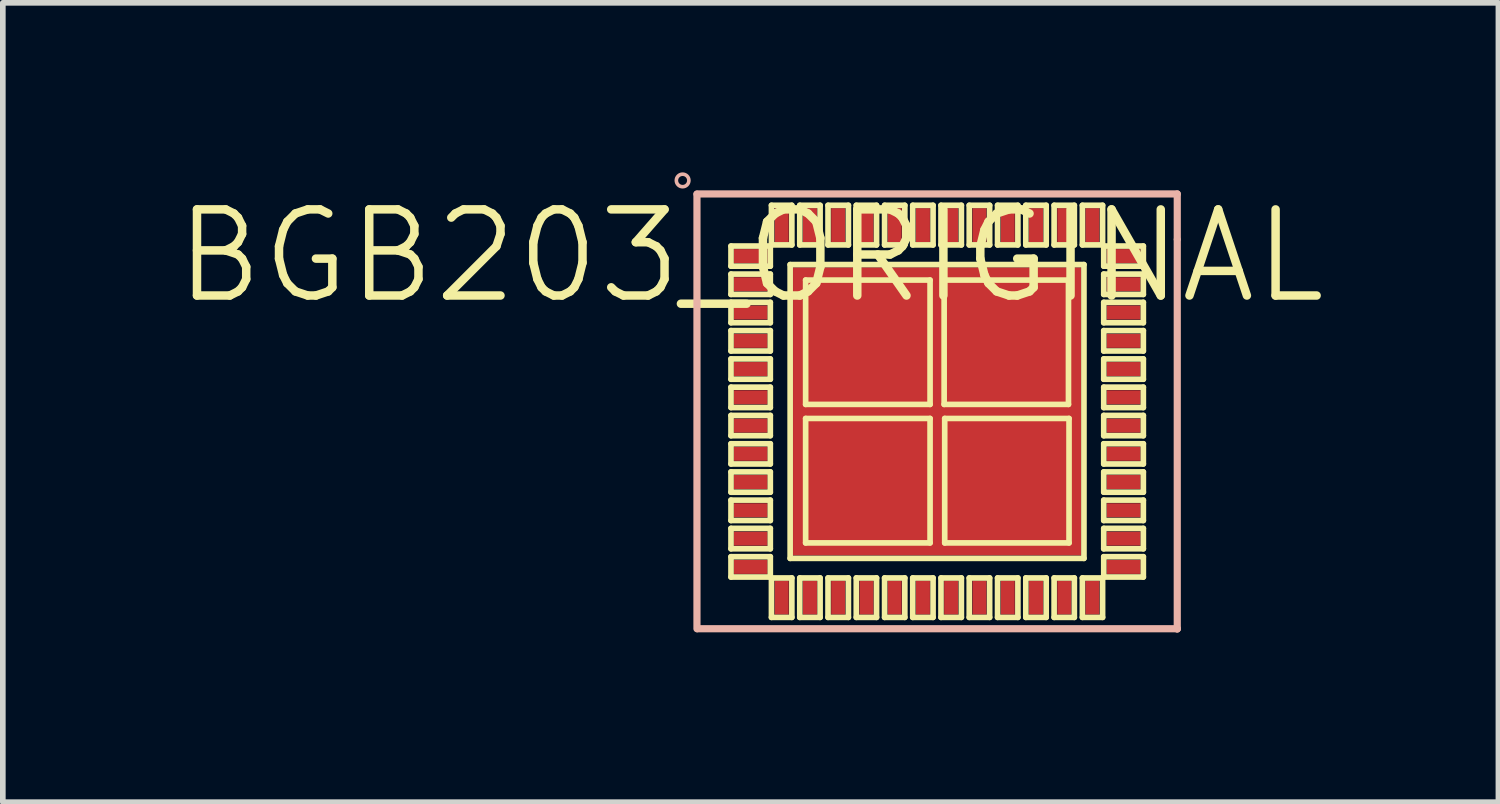
<source format=kicad_pcb>
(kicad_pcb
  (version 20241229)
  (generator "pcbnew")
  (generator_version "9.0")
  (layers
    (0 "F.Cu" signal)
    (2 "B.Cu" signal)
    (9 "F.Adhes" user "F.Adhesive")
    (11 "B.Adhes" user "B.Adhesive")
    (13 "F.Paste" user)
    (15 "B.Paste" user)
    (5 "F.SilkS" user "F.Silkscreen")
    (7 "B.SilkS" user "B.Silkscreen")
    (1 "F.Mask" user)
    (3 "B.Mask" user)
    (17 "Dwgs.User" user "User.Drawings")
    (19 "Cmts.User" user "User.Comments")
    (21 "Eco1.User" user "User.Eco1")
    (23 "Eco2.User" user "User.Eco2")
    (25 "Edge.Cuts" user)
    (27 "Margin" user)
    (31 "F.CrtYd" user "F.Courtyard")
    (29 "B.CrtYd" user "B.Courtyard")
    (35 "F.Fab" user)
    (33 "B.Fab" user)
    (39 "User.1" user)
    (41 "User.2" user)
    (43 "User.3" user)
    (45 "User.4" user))
  (footprint "BGB203_ORIGINAL"
    (layer "F.Cu")
    (at 10.233 1.482)
    (property "Reference" "BGB203_ORIGINAL" (at 0 0 0) (layer "F.SilkS") (effects (font (size 1.524 1.524) (thickness 0.15))))
    (attr smd)
    (fp_line (start -0.348 -0.178) (end -0.348 0.178) (stroke (width 0.1) (type solid)) (layer "F.SilkS"))
    (fp_line (start -0.348 0.178) (end 0.348 0.178) (stroke (width 0.1) (type solid)) (layer "F.SilkS"))
    (fp_line (start -0.348 0.318) (end -0.348 0.678) (stroke (width 0.1) (type solid)) (layer "F.SilkS"))
    (fp_line (start -0.348 0.678) (end 0.348 0.678) (stroke (width 0.1) (type solid)) (layer "F.SilkS"))
    (fp_line (start -0.348 0.818) (end -0.348 1.179) (stroke (width 0.1) (type solid)) (layer "F.SilkS"))
    (fp_line (start -0.348 1.179) (end 0.348 1.179) (stroke (width 0.1) (type solid)) (layer "F.SilkS"))
    (fp_line (start -0.348 1.318) (end -0.348 1.679) (stroke (width 0.1) (type solid)) (layer "F.SilkS"))
    (fp_line (start -0.348 1.679) (end 0.348 1.679) (stroke (width 0.1) (type solid)) (layer "F.SilkS"))
    (fp_line (start -0.348 1.819) (end -0.348 2.179) (stroke (width 0.1) (type solid)) (layer "F.SilkS"))
    (fp_line (start -0.348 2.179) (end 0.348 2.179) (stroke (width 0.1) (type solid)) (layer "F.SilkS"))
    (fp_line (start -0.348 2.319) (end -0.348 2.68) (stroke (width 0.1) (type solid)) (layer "F.SilkS"))
    (fp_line (start -0.348 2.68) (end 0.348 2.68) (stroke (width 0.1) (type solid)) (layer "F.SilkS"))
    (fp_line (start -0.348 2.819) (end -0.348 3.178) (stroke (width 0.1) (type solid)) (layer "F.SilkS"))
    (fp_line (start -0.348 3.178) (end 0.348 3.178) (stroke (width 0.1) (type solid)) (layer "F.SilkS"))
    (fp_line (start -0.348 3.32) (end -0.348 3.678) (stroke (width 0.1) (type solid)) (layer "F.SilkS"))
    (fp_line (start -0.348 3.678) (end 0.348 3.678) (stroke (width 0.1) (type solid)) (layer "F.SilkS"))
    (fp_line (start -0.348 3.818) (end -0.348 4.178) (stroke (width 0.1) (type solid)) (layer "F.SilkS"))
    (fp_line (start -0.348 4.178) (end 0.348 4.178) (stroke (width 0.1) (type solid)) (layer "F.SilkS"))
    (fp_line (start -0.348 4.318) (end -0.348 4.679) (stroke (width 0.1) (type solid)) (layer "F.SilkS"))
    (fp_line (start -0.348 4.679) (end 0.348 4.679) (stroke (width 0.1) (type solid)) (layer "F.SilkS"))
    (fp_line (start -0.348 4.818) (end -0.348 5.179) (stroke (width 0.1) (type solid)) (layer "F.SilkS"))
    (fp_line (start -0.348 5.179) (end 0.348 5.179) (stroke (width 0.1) (type solid)) (layer "F.SilkS"))
    (fp_line (start -0.348 5.319) (end -0.348 5.679) (stroke (width 0.1) (type solid)) (layer "F.SilkS"))
    (fp_line (start -0.348 5.679) (end 0.348 5.679) (stroke (width 0.1) (type solid)) (layer "F.SilkS"))
    (fp_line (start 0.348 -0.178) (end -0.348 -0.178) (stroke (width 0.1) (type solid)) (layer "F.SilkS"))
    (fp_line (start 0.348 0.178) (end 0.348 -0.178) (stroke (width 0.1) (type solid)) (layer "F.SilkS"))
    (fp_line (start 0.348 0.318) (end -0.348 0.318) (stroke (width 0.1) (type solid)) (layer "F.SilkS"))
    (fp_line (start 0.348 0.678) (end 0.348 0.318) (stroke (width 0.1) (type solid)) (layer "F.SilkS"))
    (fp_line (start 0.348 0.818) (end -0.348 0.818) (stroke (width 0.1) (type solid)) (layer "F.SilkS"))
    (fp_line (start 0.348 1.179) (end 0.348 0.818) (stroke (width 0.1) (type solid)) (layer "F.SilkS"))
    (fp_line (start 0.348 1.318) (end -0.348 1.318) (stroke (width 0.1) (type solid)) (layer "F.SilkS"))
    (fp_line (start 0.348 1.679) (end 0.348 1.318) (stroke (width 0.1) (type solid)) (layer "F.SilkS"))
    (fp_line (start 0.348 1.819) (end -0.348 1.819) (stroke (width 0.1) (type solid)) (layer "F.SilkS"))
    (fp_line (start 0.348 2.179) (end 0.348 1.819) (stroke (width 0.1) (type solid)) (layer "F.SilkS"))
    (fp_line (start 0.348 2.319) (end -0.348 2.319) (stroke (width 0.1) (type solid)) (layer "F.SilkS"))
    (fp_line (start 0.348 2.68) (end 0.348 2.319) (stroke (width 0.1) (type solid)) (layer "F.SilkS"))
    (fp_line (start 0.348 2.819) (end -0.348 2.819) (stroke (width 0.1) (type solid)) (layer "F.SilkS"))
    (fp_line (start 0.348 3.178) (end 0.348 2.819) (stroke (width 0.1) (type solid)) (layer "F.SilkS"))
    (fp_line (start 0.348 3.32) (end -0.348 3.32) (stroke (width 0.1) (type solid)) (layer "F.SilkS"))
    (fp_line (start 0.348 3.678) (end 0.348 3.32) (stroke (width 0.1) (type solid)) (layer "F.SilkS"))
    (fp_line (start 0.348 3.818) (end -0.348 3.818) (stroke (width 0.1) (type solid)) (layer "F.SilkS"))
    (fp_line (start 0.348 4.178) (end 0.348 3.818) (stroke (width 0.1) (type solid)) (layer "F.SilkS"))
    (fp_line (start 0.348 4.318) (end -0.348 4.318) (stroke (width 0.1) (type solid)) (layer "F.SilkS"))
    (fp_line (start 0.348 4.679) (end 0.348 4.318) (stroke (width 0.1) (type solid)) (layer "F.SilkS"))
    (fp_line (start 0.348 4.818) (end -0.348 4.818) (stroke (width 0.1) (type solid)) (layer "F.SilkS"))
    (fp_line (start 0.348 5.179) (end 0.348 4.818) (stroke (width 0.1) (type solid)) (layer "F.SilkS"))
    (fp_line (start 0.348 5.319) (end -0.348 5.319) (stroke (width 0.1) (type solid)) (layer "F.SilkS"))
    (fp_line (start 0.348 5.679) (end 0.348 5.319) (stroke (width 0.1) (type solid)) (layer "F.SilkS"))
    (fp_line (start 0.368 -0.899) (end 0.368 -0.198) (stroke (width 0.1) (type solid)) (layer "F.SilkS"))
    (fp_line (start 0.368 -0.198) (end 0.729 -0.198) (stroke (width 0.1) (type solid)) (layer "F.SilkS"))
    (fp_line (start 0.368 5.695) (end 0.368 6.393) (stroke (width 0.1) (type solid)) (layer "F.SilkS"))
    (fp_line (start 0.368 6.393) (end 0.729 6.393) (stroke (width 0.1) (type solid)) (layer "F.SilkS"))
    (fp_line (start 0.699 0.15) (end 0.699 5.349) (stroke (width 0.1) (type solid)) (layer "F.SilkS"))
    (fp_line (start 0.699 5.349) (end 5.898 5.349) (stroke (width 0.1) (type solid)) (layer "F.SilkS"))
    (fp_line (start 0.729 -0.899) (end 0.368 -0.899) (stroke (width 0.1) (type solid)) (layer "F.SilkS"))
    (fp_line (start 0.729 -0.198) (end 0.729 -0.899) (stroke (width 0.1) (type solid)) (layer "F.SilkS"))
    (fp_line (start 0.729 5.695) (end 0.368 5.695) (stroke (width 0.1) (type solid)) (layer "F.SilkS"))
    (fp_line (start 0.729 6.393) (end 0.729 5.695) (stroke (width 0.1) (type solid)) (layer "F.SilkS"))
    (fp_line (start 0.869 -0.899) (end 0.869 -0.198) (stroke (width 0.1) (type solid)) (layer "F.SilkS"))
    (fp_line (start 0.869 -0.198) (end 1.229 -0.198) (stroke (width 0.1) (type solid)) (layer "F.SilkS"))
    (fp_line (start 0.869 5.695) (end 0.869 6.393) (stroke (width 0.1) (type solid)) (layer "F.SilkS"))
    (fp_line (start 0.869 6.393) (end 1.229 6.393) (stroke (width 0.1) (type solid)) (layer "F.SilkS"))
    (fp_line (start 0.973 0.424) (end 0.973 2.624) (stroke (width 0.1) (type solid)) (layer "F.SilkS"))
    (fp_line (start 0.973 2.624) (end 3.175 2.624) (stroke (width 0.1) (type solid)) (layer "F.SilkS"))
    (fp_line (start 0.973 2.873) (end 0.973 5.075) (stroke (width 0.1) (type solid)) (layer "F.SilkS"))
    (fp_line (start 0.973 5.075) (end 3.175 5.075) (stroke (width 0.1) (type solid)) (layer "F.SilkS"))
    (fp_line (start 1.229 -0.899) (end 0.869 -0.899) (stroke (width 0.1) (type solid)) (layer "F.SilkS"))
    (fp_line (start 1.229 -0.198) (end 1.229 -0.899) (stroke (width 0.1) (type solid)) (layer "F.SilkS"))
    (fp_line (start 1.229 5.695) (end 0.869 5.695) (stroke (width 0.1) (type solid)) (layer "F.SilkS"))
    (fp_line (start 1.229 6.393) (end 1.229 5.695) (stroke (width 0.1) (type solid)) (layer "F.SilkS"))
    (fp_line (start 1.369 -0.899) (end 1.369 -0.198) (stroke (width 0.1) (type solid)) (layer "F.SilkS"))
    (fp_line (start 1.369 -0.198) (end 1.73 -0.198) (stroke (width 0.1) (type solid)) (layer "F.SilkS"))
    (fp_line (start 1.369 5.695) (end 1.369 6.393) (stroke (width 0.1) (type solid)) (layer "F.SilkS"))
    (fp_line (start 1.369 6.393) (end 1.73 6.393) (stroke (width 0.1) (type solid)) (layer "F.SilkS"))
    (fp_line (start 1.73 -0.899) (end 1.369 -0.899) (stroke (width 0.1) (type solid)) (layer "F.SilkS"))
    (fp_line (start 1.73 -0.198) (end 1.73 -0.899) (stroke (width 0.1) (type solid)) (layer "F.SilkS"))
    (fp_line (start 1.73 5.695) (end 1.369 5.695) (stroke (width 0.1) (type solid)) (layer "F.SilkS"))
    (fp_line (start 1.73 6.393) (end 1.73 5.695) (stroke (width 0.1) (type solid)) (layer "F.SilkS"))
    (fp_line (start 1.869 -0.899) (end 1.869 -0.198) (stroke (width 0.1) (type solid)) (layer "F.SilkS"))
    (fp_line (start 1.869 -0.198) (end 2.228 -0.198) (stroke (width 0.1) (type solid)) (layer "F.SilkS"))
    (fp_line (start 1.869 5.695) (end 1.869 6.393) (stroke (width 0.1) (type solid)) (layer "F.SilkS"))
    (fp_line (start 1.869 6.393) (end 2.228 6.393) (stroke (width 0.1) (type solid)) (layer "F.SilkS"))
    (fp_line (start 2.228 -0.899) (end 1.869 -0.899) (stroke (width 0.1) (type solid)) (layer "F.SilkS"))
    (fp_line (start 2.228 -0.198) (end 2.228 -0.899) (stroke (width 0.1) (type solid)) (layer "F.SilkS"))
    (fp_line (start 2.228 5.695) (end 1.869 5.695) (stroke (width 0.1) (type solid)) (layer "F.SilkS"))
    (fp_line (start 2.228 6.393) (end 2.228 5.695) (stroke (width 0.1) (type solid)) (layer "F.SilkS"))
    (fp_line (start 2.37 -0.899) (end 2.37 -0.198) (stroke (width 0.1) (type solid)) (layer "F.SilkS"))
    (fp_line (start 2.37 -0.198) (end 2.728 -0.198) (stroke (width 0.1) (type solid)) (layer "F.SilkS"))
    (fp_line (start 2.37 5.695) (end 2.37 6.393) (stroke (width 0.1) (type solid)) (layer "F.SilkS"))
    (fp_line (start 2.37 6.393) (end 2.728 6.393) (stroke (width 0.1) (type solid)) (layer "F.SilkS"))
    (fp_line (start 2.728 -0.899) (end 2.37 -0.899) (stroke (width 0.1) (type solid)) (layer "F.SilkS"))
    (fp_line (start 2.728 -0.198) (end 2.728 -0.899) (stroke (width 0.1) (type solid)) (layer "F.SilkS"))
    (fp_line (start 2.728 5.695) (end 2.37 5.695) (stroke (width 0.1) (type solid)) (layer "F.SilkS"))
    (fp_line (start 2.728 6.393) (end 2.728 5.695) (stroke (width 0.1) (type solid)) (layer "F.SilkS"))
    (fp_line (start 2.868 -0.899) (end 2.868 -0.198) (stroke (width 0.1) (type solid)) (layer "F.SilkS"))
    (fp_line (start 2.868 -0.198) (end 3.228 -0.198) (stroke (width 0.1) (type solid)) (layer "F.SilkS"))
    (fp_line (start 2.868 5.695) (end 2.868 6.393) (stroke (width 0.1) (type solid)) (layer "F.SilkS"))
    (fp_line (start 2.868 6.393) (end 3.228 6.393) (stroke (width 0.1) (type solid)) (layer "F.SilkS"))
    (fp_line (start 3.175 0.424) (end 0.973 0.424) (stroke (width 0.1) (type solid)) (layer "F.SilkS"))
    (fp_line (start 3.175 2.624) (end 3.175 0.424) (stroke (width 0.1) (type solid)) (layer "F.SilkS"))
    (fp_line (start 3.175 2.873) (end 0.973 2.873) (stroke (width 0.1) (type solid)) (layer "F.SilkS"))
    (fp_line (start 3.175 5.075) (end 3.175 2.873) (stroke (width 0.1) (type solid)) (layer "F.SilkS"))
    (fp_line (start 3.228 -0.899) (end 2.868 -0.899) (stroke (width 0.1) (type solid)) (layer "F.SilkS"))
    (fp_line (start 3.228 -0.198) (end 3.228 -0.899) (stroke (width 0.1) (type solid)) (layer "F.SilkS"))
    (fp_line (start 3.228 5.695) (end 2.868 5.695) (stroke (width 0.1) (type solid)) (layer "F.SilkS"))
    (fp_line (start 3.228 6.393) (end 3.228 5.695) (stroke (width 0.1) (type solid)) (layer "F.SilkS"))
    (fp_line (start 3.368 -0.899) (end 3.368 -0.198) (stroke (width 0.1) (type solid)) (layer "F.SilkS"))
    (fp_line (start 3.368 -0.198) (end 3.729 -0.198) (stroke (width 0.1) (type solid)) (layer "F.SilkS"))
    (fp_line (start 3.368 5.695) (end 3.368 6.393) (stroke (width 0.1) (type solid)) (layer "F.SilkS"))
    (fp_line (start 3.368 6.393) (end 3.729 6.393) (stroke (width 0.1) (type solid)) (layer "F.SilkS"))
    (fp_line (start 3.424 0.424) (end 3.424 2.624) (stroke (width 0.1) (type solid)) (layer "F.SilkS"))
    (fp_line (start 3.424 2.624) (end 5.624 2.624) (stroke (width 0.1) (type solid)) (layer "F.SilkS"))
    (fp_line (start 3.434 2.873) (end 3.434 5.075) (stroke (width 0.1) (type solid)) (layer "F.SilkS"))
    (fp_line (start 3.434 5.075) (end 5.634 5.075) (stroke (width 0.1) (type solid)) (layer "F.SilkS"))
    (fp_line (start 3.729 -0.899) (end 3.368 -0.899) (stroke (width 0.1) (type solid)) (layer "F.SilkS"))
    (fp_line (start 3.729 -0.198) (end 3.729 -0.899) (stroke (width 0.1) (type solid)) (layer "F.SilkS"))
    (fp_line (start 3.729 5.695) (end 3.368 5.695) (stroke (width 0.1) (type solid)) (layer "F.SilkS"))
    (fp_line (start 3.729 6.393) (end 3.729 5.695) (stroke (width 0.1) (type solid)) (layer "F.SilkS"))
    (fp_line (start 3.868 -0.899) (end 3.868 -0.198) (stroke (width 0.1) (type solid)) (layer "F.SilkS"))
    (fp_line (start 3.868 -0.198) (end 4.229 -0.198) (stroke (width 0.1) (type solid)) (layer "F.SilkS"))
    (fp_line (start 3.868 5.695) (end 3.868 6.393) (stroke (width 0.1) (type solid)) (layer "F.SilkS"))
    (fp_line (start 3.868 6.393) (end 4.229 6.393) (stroke (width 0.1) (type solid)) (layer "F.SilkS"))
    (fp_line (start 4.229 -0.899) (end 3.868 -0.899) (stroke (width 0.1) (type solid)) (layer "F.SilkS"))
    (fp_line (start 4.229 -0.198) (end 4.229 -0.899) (stroke (width 0.1) (type solid)) (layer "F.SilkS"))
    (fp_line (start 4.229 5.695) (end 3.868 5.695) (stroke (width 0.1) (type solid)) (layer "F.SilkS"))
    (fp_line (start 4.229 6.393) (end 4.229 5.695) (stroke (width 0.1) (type solid)) (layer "F.SilkS"))
    (fp_line (start 4.369 -0.899) (end 4.369 -0.198) (stroke (width 0.1) (type solid)) (layer "F.SilkS"))
    (fp_line (start 4.369 -0.198) (end 4.729 -0.198) (stroke (width 0.1) (type solid)) (layer "F.SilkS"))
    (fp_line (start 4.369 5.695) (end 4.369 6.393) (stroke (width 0.1) (type solid)) (layer "F.SilkS"))
    (fp_line (start 4.369 6.393) (end 4.729 6.393) (stroke (width 0.1) (type solid)) (layer "F.SilkS"))
    (fp_line (start 4.729 -0.899) (end 4.369 -0.899) (stroke (width 0.1) (type solid)) (layer "F.SilkS"))
    (fp_line (start 4.729 -0.198) (end 4.729 -0.899) (stroke (width 0.1) (type solid)) (layer "F.SilkS"))
    (fp_line (start 4.729 5.695) (end 4.369 5.695) (stroke (width 0.1) (type solid)) (layer "F.SilkS"))
    (fp_line (start 4.729 6.393) (end 4.729 5.695) (stroke (width 0.1) (type solid)) (layer "F.SilkS"))
    (fp_line (start 4.869 -0.899) (end 4.869 -0.198) (stroke (width 0.1) (type solid)) (layer "F.SilkS"))
    (fp_line (start 4.869 -0.198) (end 5.23 -0.198) (stroke (width 0.1) (type solid)) (layer "F.SilkS"))
    (fp_line (start 4.869 5.695) (end 4.869 6.393) (stroke (width 0.1) (type solid)) (layer "F.SilkS"))
    (fp_line (start 4.869 6.393) (end 5.23 6.393) (stroke (width 0.1) (type solid)) (layer "F.SilkS"))
    (fp_line (start 5.23 -0.899) (end 4.869 -0.899) (stroke (width 0.1) (type solid)) (layer "F.SilkS"))
    (fp_line (start 5.23 -0.198) (end 5.23 -0.899) (stroke (width 0.1) (type solid)) (layer "F.SilkS"))
    (fp_line (start 5.23 5.695) (end 4.869 5.695) (stroke (width 0.1) (type solid)) (layer "F.SilkS"))
    (fp_line (start 5.23 6.393) (end 5.23 5.695) (stroke (width 0.1) (type solid)) (layer "F.SilkS"))
    (fp_line (start 5.37 -0.899) (end 5.37 -0.198) (stroke (width 0.1) (type solid)) (layer "F.SilkS"))
    (fp_line (start 5.37 -0.198) (end 5.728 -0.198) (stroke (width 0.1) (type solid)) (layer "F.SilkS"))
    (fp_line (start 5.37 5.695) (end 5.37 6.393) (stroke (width 0.1) (type solid)) (layer "F.SilkS"))
    (fp_line (start 5.37 6.393) (end 5.728 6.393) (stroke (width 0.1) (type solid)) (layer "F.SilkS"))
    (fp_line (start 5.624 0.424) (end 3.424 0.424) (stroke (width 0.1) (type solid)) (layer "F.SilkS"))
    (fp_line (start 5.624 2.624) (end 5.624 0.424) (stroke (width 0.1) (type solid)) (layer "F.SilkS"))
    (fp_line (start 5.634 2.873) (end 3.434 2.873) (stroke (width 0.1) (type solid)) (layer "F.SilkS"))
    (fp_line (start 5.634 5.075) (end 5.634 2.873) (stroke (width 0.1) (type solid)) (layer "F.SilkS"))
    (fp_line (start 5.728 -0.899) (end 5.37 -0.899) (stroke (width 0.1) (type solid)) (layer "F.SilkS"))
    (fp_line (start 5.728 -0.198) (end 5.728 -0.899) (stroke (width 0.1) (type solid)) (layer "F.SilkS"))
    (fp_line (start 5.728 5.695) (end 5.37 5.695) (stroke (width 0.1) (type solid)) (layer "F.SilkS"))
    (fp_line (start 5.728 6.393) (end 5.728 5.695) (stroke (width 0.1) (type solid)) (layer "F.SilkS"))
    (fp_line (start 5.87 -0.899) (end 5.87 -0.198) (stroke (width 0.1) (type solid)) (layer "F.SilkS"))
    (fp_line (start 5.87 -0.198) (end 6.228 -0.198) (stroke (width 0.1) (type solid)) (layer "F.SilkS"))
    (fp_line (start 5.87 5.695) (end 5.87 6.393) (stroke (width 0.1) (type solid)) (layer "F.SilkS"))
    (fp_line (start 5.87 6.393) (end 6.228 6.393) (stroke (width 0.1) (type solid)) (layer "F.SilkS"))
    (fp_line (start 5.898 0.15) (end 0.699 0.15) (stroke (width 0.1) (type solid)) (layer "F.SilkS"))
    (fp_line (start 5.898 5.349) (end 5.898 0.15) (stroke (width 0.1) (type solid)) (layer "F.SilkS"))
    (fp_line (start 6.228 -0.899) (end 5.87 -0.899) (stroke (width 0.1) (type solid)) (layer "F.SilkS"))
    (fp_line (start 6.228 -0.198) (end 6.228 -0.899) (stroke (width 0.1) (type solid)) (layer "F.SilkS"))
    (fp_line (start 6.228 5.695) (end 5.87 5.695) (stroke (width 0.1) (type solid)) (layer "F.SilkS"))
    (fp_line (start 6.228 6.393) (end 6.228 5.695) (stroke (width 0.1) (type solid)) (layer "F.SilkS"))
    (fp_line (start 6.248 -0.178) (end 6.248 0.178) (stroke (width 0.1) (type solid)) (layer "F.SilkS"))
    (fp_line (start 6.248 0.178) (end 6.949 0.178) (stroke (width 0.1) (type solid)) (layer "F.SilkS"))
    (fp_line (start 6.248 0.318) (end 6.248 0.678) (stroke (width 0.1) (type solid)) (layer "F.SilkS"))
    (fp_line (start 6.248 0.678) (end 6.949 0.678) (stroke (width 0.1) (type solid)) (layer "F.SilkS"))
    (fp_line (start 6.248 0.818) (end 6.248 1.179) (stroke (width 0.1) (type solid)) (layer "F.SilkS"))
    (fp_line (start 6.248 1.179) (end 6.949 1.179) (stroke (width 0.1) (type solid)) (layer "F.SilkS"))
    (fp_line (start 6.248 1.318) (end 6.248 1.679) (stroke (width 0.1) (type solid)) (layer "F.SilkS"))
    (fp_line (start 6.248 1.679) (end 6.949 1.679) (stroke (width 0.1) (type solid)) (layer "F.SilkS"))
    (fp_line (start 6.248 1.819) (end 6.248 2.179) (stroke (width 0.1) (type solid)) (layer "F.SilkS"))
    (fp_line (start 6.248 2.179) (end 6.949 2.179) (stroke (width 0.1) (type solid)) (layer "F.SilkS"))
    (fp_line (start 6.248 2.319) (end 6.248 2.68) (stroke (width 0.1) (type solid)) (layer "F.SilkS"))
    (fp_line (start 6.248 2.68) (end 6.949 2.68) (stroke (width 0.1) (type solid)) (layer "F.SilkS"))
    (fp_line (start 6.248 2.819) (end 6.248 3.178) (stroke (width 0.1) (type solid)) (layer "F.SilkS"))
    (fp_line (start 6.248 3.178) (end 6.949 3.178) (stroke (width 0.1) (type solid)) (layer "F.SilkS"))
    (fp_line (start 6.248 3.32) (end 6.248 3.678) (stroke (width 0.1) (type solid)) (layer "F.SilkS"))
    (fp_line (start 6.248 3.678) (end 6.949 3.678) (stroke (width 0.1) (type solid)) (layer "F.SilkS"))
    (fp_line (start 6.248 3.818) (end 6.248 4.178) (stroke (width 0.1) (type solid)) (layer "F.SilkS"))
    (fp_line (start 6.248 4.178) (end 6.949 4.178) (stroke (width 0.1) (type solid)) (layer "F.SilkS"))
    (fp_line (start 6.248 4.318) (end 6.248 4.679) (stroke (width 0.1) (type solid)) (layer "F.SilkS"))
    (fp_line (start 6.248 4.679) (end 6.949 4.679) (stroke (width 0.1) (type solid)) (layer "F.SilkS"))
    (fp_line (start 6.248 4.818) (end 6.248 5.179) (stroke (width 0.1) (type solid)) (layer "F.SilkS"))
    (fp_line (start 6.248 5.179) (end 6.949 5.179) (stroke (width 0.1) (type solid)) (layer "F.SilkS"))
    (fp_line (start 6.248 5.319) (end 6.248 5.679) (stroke (width 0.1) (type solid)) (layer "F.SilkS"))
    (fp_line (start 6.248 5.679) (end 6.949 5.679) (stroke (width 0.1) (type solid)) (layer "F.SilkS"))
    (fp_line (start 6.949 -0.178) (end 6.248 -0.178) (stroke (width 0.1) (type solid)) (layer "F.SilkS"))
    (fp_line (start 6.949 0.178) (end 6.949 -0.178) (stroke (width 0.1) (type solid)) (layer "F.SilkS"))
    (fp_line (start 6.949 0.318) (end 6.248 0.318) (stroke (width 0.1) (type solid)) (layer "F.SilkS"))
    (fp_line (start 6.949 0.678) (end 6.949 0.318) (stroke (width 0.1) (type solid)) (layer "F.SilkS"))
    (fp_line (start 6.949 0.818) (end 6.248 0.818) (stroke (width 0.1) (type solid)) (layer "F.SilkS"))
    (fp_line (start 6.949 1.179) (end 6.949 0.818) (stroke (width 0.1) (type solid)) (layer "F.SilkS"))
    (fp_line (start 6.949 1.318) (end 6.248 1.318) (stroke (width 0.1) (type solid)) (layer "F.SilkS"))
    (fp_line (start 6.949 1.679) (end 6.949 1.318) (stroke (width 0.1) (type solid)) (layer "F.SilkS"))
    (fp_line (start 6.949 1.819) (end 6.248 1.819) (stroke (width 0.1) (type solid)) (layer "F.SilkS"))
    (fp_line (start 6.949 2.179) (end 6.949 1.819) (stroke (width 0.1) (type solid)) (layer "F.SilkS"))
    (fp_line (start 6.949 2.319) (end 6.248 2.319) (stroke (width 0.1) (type solid)) (layer "F.SilkS"))
    (fp_line (start 6.949 2.68) (end 6.949 2.319) (stroke (width 0.1) (type solid)) (layer "F.SilkS"))
    (fp_line (start 6.949 2.819) (end 6.248 2.819) (stroke (width 0.1) (type solid)) (layer "F.SilkS"))
    (fp_line (start 6.949 3.178) (end 6.949 2.819) (stroke (width 0.1) (type solid)) (layer "F.SilkS"))
    (fp_line (start 6.949 3.32) (end 6.248 3.32) (stroke (width 0.1) (type solid)) (layer "F.SilkS"))
    (fp_line (start 6.949 3.678) (end 6.949 3.32) (stroke (width 0.1) (type solid)) (layer "F.SilkS"))
    (fp_line (start 6.949 3.818) (end 6.248 3.818) (stroke (width 0.1) (type solid)) (layer "F.SilkS"))
    (fp_line (start 6.949 4.178) (end 6.949 3.818) (stroke (width 0.1) (type solid)) (layer "F.SilkS"))
    (fp_line (start 6.949 4.318) (end 6.248 4.318) (stroke (width 0.1) (type solid)) (layer "F.SilkS"))
    (fp_line (start 6.949 4.679) (end 6.949 4.318) (stroke (width 0.1) (type solid)) (layer "F.SilkS"))
    (fp_line (start 6.949 4.818) (end 6.248 4.818) (stroke (width 0.1) (type solid)) (layer "F.SilkS"))
    (fp_line (start 6.949 5.179) (end 6.949 4.818) (stroke (width 0.1) (type solid)) (layer "F.SilkS"))
    (fp_line (start 6.949 5.319) (end 6.248 5.319) (stroke (width 0.1) (type solid)) (layer "F.SilkS"))
    (fp_line (start 6.949 5.679) (end 6.949 5.319) (stroke (width 0.1) (type solid)) (layer "F.SilkS"))
    (fp_line (start -0.95 -1.1) (end 7.549 -1.1) (stroke (width 0.127) (type solid)) (layer "B.SilkS"))
    (fp_line (start -0.95 -1.095) (end -0.95 6.594) (stroke (width 0.127) (type solid)) (layer "B.SilkS"))
    (fp_line (start -0.94 6.594) (end 7.549 6.594) (stroke (width 0.127) (type solid)) (layer "B.SilkS"))
    (fp_line (start 7.549 -1.1) (end 7.549 -0.3) (stroke (width 0.127) (type solid)) (layer "B.SilkS"))
    (fp_line (start 7.549 -0.29) (end 7.549 6.594) (stroke (width 0.127) (type solid)) (layer "B.SilkS"))
    (fp_line (start 7.549 6.594) (end 7.549 6.599) (stroke (width 0.127) (type solid)) (layer "B.SilkS"))
    (fp_circle (center -1.204 -1.339) (end -1.283 -1.417) (stroke (width 0.064) (type solid)) (fill no) (layer "B.SilkS"))
    (pad "1" smd rect (at 0 0 90) (size 0.249 0.599) (layers "F.Cu" "F.Mask" "F.Paste"))
    (pad "2" smd rect (at 0 0.498 90) (size 0.249 0.599) (layers "F.Cu" "F.Mask" "F.Paste"))
    (pad "3" smd rect (at 0 0.998 90) (size 0.249 0.599) (layers "F.Cu" "F.Mask" "F.Paste"))
    (pad "4" smd rect (at 0 1.499 90) (size 0.249 0.599) (layers "F.Cu" "F.Mask" "F.Paste"))
    (pad "5" smd rect (at 0 1.999 90) (size 0.249 0.599) (layers "F.Cu" "F.Mask" "F.Paste"))
    (pad "6" smd rect (at 0 2.499 90) (size 0.249 0.599) (layers "F.Cu" "F.Mask" "F.Paste"))
    (pad "7" smd rect (at 0 3 90) (size 0.249 0.599) (layers "F.Cu" "F.Mask" "F.Paste"))
    (pad "8" smd rect (at 0 3.498 90) (size 0.249 0.599) (layers "F.Cu" "F.Mask" "F.Paste"))
    (pad "9" smd rect (at 0 3.998 90) (size 0.249 0.599) (layers "F.Cu" "F.Mask" "F.Paste"))
    (pad "10" smd rect (at 0 4.498 90) (size 0.249 0.599) (layers "F.Cu" "F.Mask" "F.Paste"))
    (pad "11" smd rect (at 0 4.999 90) (size 0.249 0.599) (layers "F.Cu" "F.Mask" "F.Paste"))
    (pad "12" smd rect (at 0 5.499 90) (size 0.249 0.599) (layers "F.Cu" "F.Mask" "F.Paste"))
    (pad "13" smd rect (at 0.549 6.043 180) (size 0.249 0.599) (layers "F.Cu" "F.Mask" "F.Paste"))
    (pad "14" smd rect (at 1.049 6.043 180) (size 0.249 0.599) (layers "F.Cu" "F.Mask" "F.Paste"))
    (pad "15" smd rect (at 1.549 6.043 180) (size 0.249 0.599) (layers "F.Cu" "F.Mask" "F.Paste"))
    (pad "16" smd rect (at 2.05 6.043 180) (size 0.249 0.599) (layers "F.Cu" "F.Mask" "F.Paste"))
    (pad "17" smd rect (at 2.548 6.043 180) (size 0.249 0.599) (layers "F.Cu" "F.Mask" "F.Paste"))
    (pad "18" smd rect (at 3.048 6.043 180) (size 0.249 0.599) (layers "F.Cu" "F.Mask" "F.Paste"))
    (pad "19" smd rect (at 3.548 6.043 180) (size 0.249 0.599) (layers "F.Cu" "F.Mask" "F.Paste"))
    (pad "20" smd rect (at 4.049 6.043 180) (size 0.249 0.599) (layers "F.Cu" "F.Mask" "F.Paste"))
    (pad "21" smd rect (at 4.549 6.043 180) (size 0.249 0.599) (layers "F.Cu" "F.Mask" "F.Paste"))
    (pad "22" smd rect (at 5.05 6.043 180) (size 0.249 0.599) (layers "F.Cu" "F.Mask" "F.Paste"))
    (pad "23" smd rect (at 5.55 6.043 180) (size 0.249 0.599) (layers "F.Cu" "F.Mask" "F.Paste"))
    (pad "24" smd rect (at 6.048 6.043 180) (size 0.249 0.599) (layers "F.Cu" "F.Mask" "F.Paste"))
    (pad "25" smd rect (at 6.599 5.499 90) (size 0.249 0.599) (layers "F.Cu" "F.Mask" "F.Paste"))
    (pad "26" smd rect (at 6.599 4.999 90) (size 0.249 0.599) (layers "F.Cu" "F.Mask" "F.Paste"))
    (pad "27" smd rect (at 6.599 4.498 90) (size 0.249 0.599) (layers "F.Cu" "F.Mask" "F.Paste"))
    (pad "28" smd rect (at 6.599 3.998 90) (size 0.249 0.599) (layers "F.Cu" "F.Mask" "F.Paste"))
    (pad "29" smd rect (at 6.599 3.498 90) (size 0.249 0.599) (layers "F.Cu" "F.Mask" "F.Paste"))
    (pad "30" smd rect (at 6.599 3 90) (size 0.249 0.599) (layers "F.Cu" "F.Mask" "F.Paste"))
    (pad "31" smd rect (at 6.599 2.499 90) (size 0.249 0.599) (layers "F.Cu" "F.Mask" "F.Paste"))
    (pad "32" smd rect (at 6.599 1.999 90) (size 0.249 0.599) (layers "F.Cu" "F.Mask" "F.Paste"))
    (pad "33" smd rect (at 6.599 1.499 90) (size 0.249 0.599) (layers "F.Cu" "F.Mask" "F.Paste"))
    (pad "34" smd rect (at 6.599 0.998 90) (size 0.249 0.599) (layers "F.Cu" "F.Mask" "F.Paste"))
    (pad "35" smd rect (at 6.599 0.498 90) (size 0.249 0.599) (layers "F.Cu" "F.Mask" "F.Paste"))
    (pad "36" smd rect (at 6.599 0 90) (size 0.249 0.599) (layers "F.Cu" "F.Mask" "F.Paste"))
    (pad "37" smd rect (at 6.048 -0.549 180) (size 0.249 0.599) (layers "F.Cu" "F.Mask" "F.Paste"))
    (pad "38" smd rect (at 5.55 -0.549 180) (size 0.249 0.599) (layers "F.Cu" "F.Mask" "F.Paste"))
    (pad "39" smd rect (at 5.05 -0.549 180) (size 0.249 0.599) (layers "F.Cu" "F.Mask" "F.Paste"))
    (pad "40" smd rect (at 4.549 -0.549 180) (size 0.249 0.599) (layers "F.Cu" "F.Mask" "F.Paste"))
    (pad "41" smd rect (at 4.049 -0.549 180) (size 0.249 0.599) (layers "F.Cu" "F.Mask" "F.Paste"))
    (pad "42" smd rect (at 3.548 -0.549 180) (size 0.249 0.599) (layers "F.Cu" "F.Mask" "F.Paste"))
    (pad "43" smd rect (at 3.048 -0.549 180) (size 0.249 0.599) (layers "F.Cu" "F.Mask" "F.Paste"))
    (pad "44" smd rect (at 2.548 -0.549 180) (size 0.249 0.599) (layers "F.Cu" "F.Mask" "F.Paste"))
    (pad "45" smd rect (at 2.05 -0.549 180) (size 0.249 0.599) (layers "F.Cu" "F.Mask" "F.Paste"))
    (pad "46" smd rect (at 1.549 -0.549 180) (size 0.249 0.599) (layers "F.Cu" "F.Mask" "F.Paste"))
    (pad "47" smd rect (at 1.049 -0.549 180) (size 0.249 0.599) (layers "F.Cu" "F.Mask" "F.Paste"))
    (pad "48" smd rect (at 0.549 -0.549 180) (size 0.249 0.599) (layers "F.Cu" "F.Mask" "F.Paste"))
    (pad "49" smd rect (at 3.299 2.748) (size 5.098 5.098) (layers "F.Cu" "F.Mask" "F.Paste")))
  (gr_rect
    (start -3 -3)
    (end 23.465 11.144)
    (stroke (width 0.1) (type default))
    (fill no)
    (layer "Edge.Cuts")))
</source>
